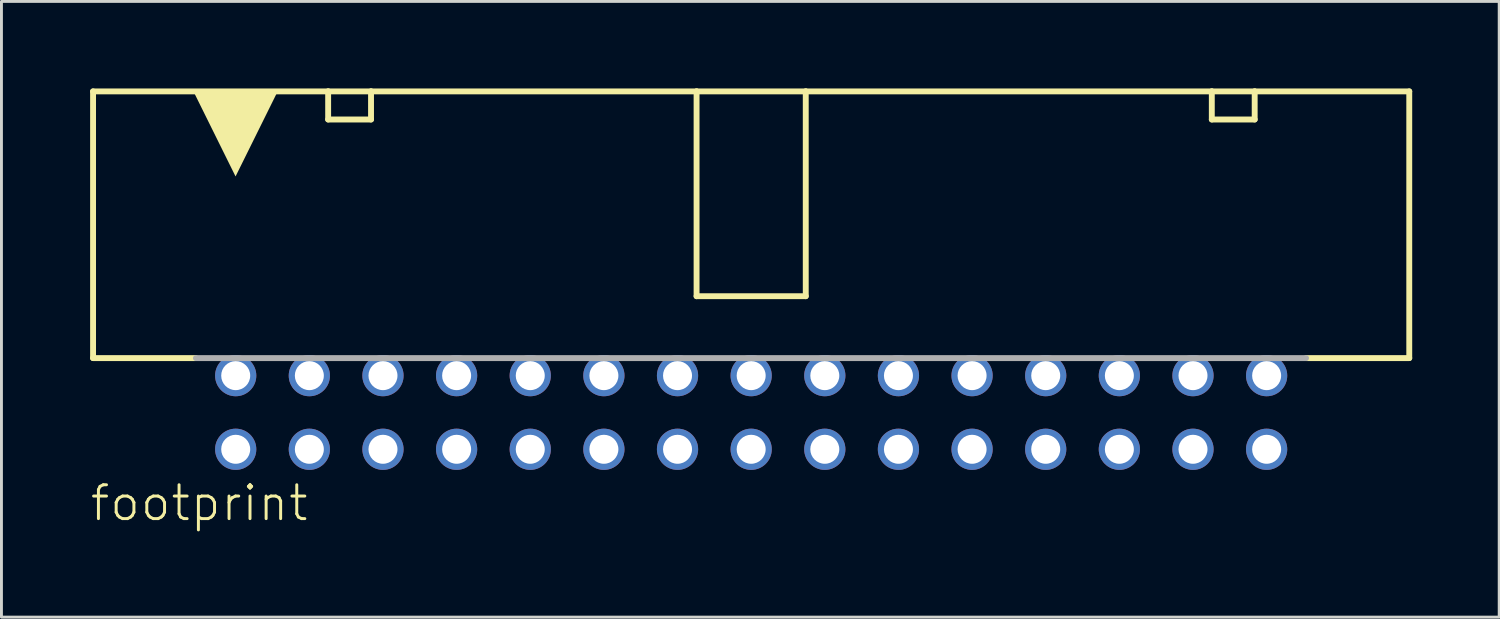
<source format=kicad_pcb>
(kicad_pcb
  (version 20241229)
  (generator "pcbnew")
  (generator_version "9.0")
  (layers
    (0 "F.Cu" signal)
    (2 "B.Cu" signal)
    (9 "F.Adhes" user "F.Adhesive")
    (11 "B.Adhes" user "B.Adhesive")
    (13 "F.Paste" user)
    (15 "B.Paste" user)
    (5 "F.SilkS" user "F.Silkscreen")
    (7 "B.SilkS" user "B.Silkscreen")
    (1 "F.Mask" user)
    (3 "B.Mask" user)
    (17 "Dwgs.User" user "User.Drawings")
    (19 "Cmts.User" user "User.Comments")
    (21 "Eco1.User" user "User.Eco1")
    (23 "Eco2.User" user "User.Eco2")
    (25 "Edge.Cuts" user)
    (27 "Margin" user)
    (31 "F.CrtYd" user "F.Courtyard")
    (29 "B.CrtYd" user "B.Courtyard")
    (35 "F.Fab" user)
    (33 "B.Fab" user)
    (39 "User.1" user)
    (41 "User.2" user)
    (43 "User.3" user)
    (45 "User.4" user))
  (footprint "footprint"
    (layer "F.Cu")
    (at 22.86 11.177)
    (property "Reference" "footprint" (at -22.86 3.81 0) (layer "F.SilkS") (effects (font (size 1.168 1.168) (thickness 0.102)) (justify left bottom)))
    (fp_line (start -22.7 -11.075) (end -22.7 -1.875) (stroke (width 0.203) (type solid)) (layer "F.SilkS"))
    (fp_line (start -19.156 -1.875) (end -22.7 -1.875) (stroke (width 0.203) (type solid)) (layer "F.SilkS"))
    (fp_line (start -14.591 -11.075) (end -22.7 -11.075) (stroke (width 0.203) (type solid)) (layer "F.SilkS"))
    (fp_line (start -14.591 -11.075) (end -13.112 -11.075) (stroke (width 0.203) (type solid)) (layer "F.SilkS"))
    (fp_line (start -14.591 -10.105) (end -14.591 -11.075) (stroke (width 0.203) (type solid)) (layer "F.SilkS"))
    (fp_line (start -13.112 -11.075) (end -13.112 -10.105) (stroke (width 0.203) (type solid)) (layer "F.SilkS"))
    (fp_line (start -13.112 -10.105) (end -14.591 -10.105) (stroke (width 0.203) (type solid)) (layer "F.SilkS"))
    (fp_line (start -1.883 -11.075) (end -13.112 -11.075) (stroke (width 0.203) (type solid)) (layer "F.SilkS"))
    (fp_line (start -1.883 -4.01) (end -1.883 -11.075) (stroke (width 0.203) (type solid)) (layer "F.SilkS"))
    (fp_line (start 1.883 -11.075) (end -1.883 -11.075) (stroke (width 0.203) (type solid)) (layer "F.SilkS"))
    (fp_line (start 1.883 -11.075) (end 1.883 -4.01) (stroke (width 0.203) (type solid)) (layer "F.SilkS"))
    (fp_line (start 1.883 -4.01) (end -1.883 -4.01) (stroke (width 0.203) (type solid)) (layer "F.SilkS"))
    (fp_line (start 15.889 -11.075) (end 1.883 -11.075) (stroke (width 0.203) (type solid)) (layer "F.SilkS"))
    (fp_line (start 15.889 -11.075) (end 17.368 -11.075) (stroke (width 0.203) (type solid)) (layer "F.SilkS"))
    (fp_line (start 15.889 -10.105) (end 15.889 -11.075) (stroke (width 0.203) (type solid)) (layer "F.SilkS"))
    (fp_line (start 17.368 -11.075) (end 17.368 -10.105) (stroke (width 0.203) (type solid)) (layer "F.SilkS"))
    (fp_line (start 17.368 -10.105) (end 15.889 -10.105) (stroke (width 0.203) (type solid)) (layer "F.SilkS"))
    (fp_line (start 22.7 -11.075) (end 17.368 -11.075) (stroke (width 0.203) (type solid)) (layer "F.SilkS"))
    (fp_line (start 22.7 -1.875) (end 19.143 -1.875) (stroke (width 0.203) (type solid)) (layer "F.SilkS"))
    (fp_line (start 22.7 -1.875) (end 22.7 -11.075) (stroke (width 0.203) (type solid)) (layer "F.SilkS"))
    (fp_poly (pts (xy -17.785 -8.141) (xy -19.224 -11.047) (xy -16.346 -11.047)) (stroke (width 0) (type solid)) (fill yes) (layer "F.SilkS"))
    (fp_line (start 19.139 -1.875) (end -19.152 -1.875) (stroke (width 0.203) (type solid)) (layer "F.Fab"))
    (pad "1" thru_hole circle (at -17.78 1.27) (size 1.422 1.422) (drill 1) (layers "*.Cu" "*.Mask"))
    (pad "2" thru_hole circle (at -17.78 -1.27) (size 1.422 1.422) (drill 1) (layers "*.Cu" "*.Mask"))
    (pad "3" thru_hole circle (at -15.24 1.27) (size 1.422 1.422) (drill 1) (layers "*.Cu" "*.Mask"))
    (pad "4" thru_hole circle (at -15.24 -1.27) (size 1.422 1.422) (drill 1) (layers "*.Cu" "*.Mask"))
    (pad "5" thru_hole circle (at -12.7 1.27) (size 1.422 1.422) (drill 1) (layers "*.Cu" "*.Mask"))
    (pad "6" thru_hole circle (at -12.7 -1.27) (size 1.422 1.422) (drill 1) (layers "*.Cu" "*.Mask"))
    (pad "7" thru_hole circle (at -10.16 1.27) (size 1.422 1.422) (drill 1) (layers "*.Cu" "*.Mask"))
    (pad "8" thru_hole circle (at -10.16 -1.27) (size 1.422 1.422) (drill 1) (layers "*.Cu" "*.Mask"))
    (pad "9" thru_hole circle (at -7.62 1.27) (size 1.422 1.422) (drill 1) (layers "*.Cu" "*.Mask"))
    (pad "10" thru_hole circle (at -7.62 -1.27) (size 1.422 1.422) (drill 1) (layers "*.Cu" "*.Mask"))
    (pad "11" thru_hole circle (at -5.08 1.27) (size 1.422 1.422) (drill 1) (layers "*.Cu" "*.Mask"))
    (pad "12" thru_hole circle (at -5.08 -1.27) (size 1.422 1.422) (drill 1) (layers "*.Cu" "*.Mask"))
    (pad "13" thru_hole circle (at -2.54 1.27) (size 1.422 1.422) (drill 1) (layers "*.Cu" "*.Mask"))
    (pad "14" thru_hole circle (at -2.54 -1.27) (size 1.422 1.422) (drill 1) (layers "*.Cu" "*.Mask"))
    (pad "15" thru_hole circle (at 0 1.27) (size 1.422 1.422) (drill 1) (layers "*.Cu" "*.Mask"))
    (pad "16" thru_hole circle (at 0 -1.27) (size 1.422 1.422) (drill 1) (layers "*.Cu" "*.Mask"))
    (pad "17" thru_hole circle (at 2.54 1.27) (size 1.422 1.422) (drill 1) (layers "*.Cu" "*.Mask"))
    (pad "18" thru_hole circle (at 2.54 -1.27) (size 1.422 1.422) (drill 1) (layers "*.Cu" "*.Mask"))
    (pad "19" thru_hole circle (at 5.08 1.27) (size 1.422 1.422) (drill 1) (layers "*.Cu" "*.Mask"))
    (pad "20" thru_hole circle (at 5.08 -1.27) (size 1.422 1.422) (drill 1) (layers "*.Cu" "*.Mask"))
    (pad "21" thru_hole circle (at 7.62 1.27) (size 1.422 1.422) (drill 1) (layers "*.Cu" "*.Mask"))
    (pad "22" thru_hole circle (at 7.62 -1.27) (size 1.422 1.422) (drill 1) (layers "*.Cu" "*.Mask"))
    (pad "23" thru_hole circle (at 10.16 1.27) (size 1.422 1.422) (drill 1) (layers "*.Cu" "*.Mask"))
    (pad "24" thru_hole circle (at 10.16 -1.27) (size 1.422 1.422) (drill 1) (layers "*.Cu" "*.Mask"))
    (pad "25" thru_hole circle (at 12.7 1.27) (size 1.422 1.422) (drill 1) (layers "*.Cu" "*.Mask"))
    (pad "26" thru_hole circle (at 12.7 -1.27) (size 1.422 1.422) (drill 1) (layers "*.Cu" "*.Mask"))
    (pad "27" thru_hole circle (at 15.24 1.27) (size 1.422 1.422) (drill 1) (layers "*.Cu" "*.Mask"))
    (pad "28" thru_hole circle (at 15.24 -1.27) (size 1.422 1.422) (drill 1) (layers "*.Cu" "*.Mask"))
    (pad "29" thru_hole circle (at 17.78 1.27) (size 1.422 1.422) (drill 1) (layers "*.Cu" "*.Mask"))
    (pad "30" thru_hole circle (at 17.78 -1.27) (size 1.422 1.422) (drill 1) (layers "*.Cu" "*.Mask")))
  (gr_rect
    (start -3 -3)
    (end 48.662 18.237)
    (stroke (width 0.1) (type default))
    (fill no)
    (layer "Edge.Cuts")))
</source>
